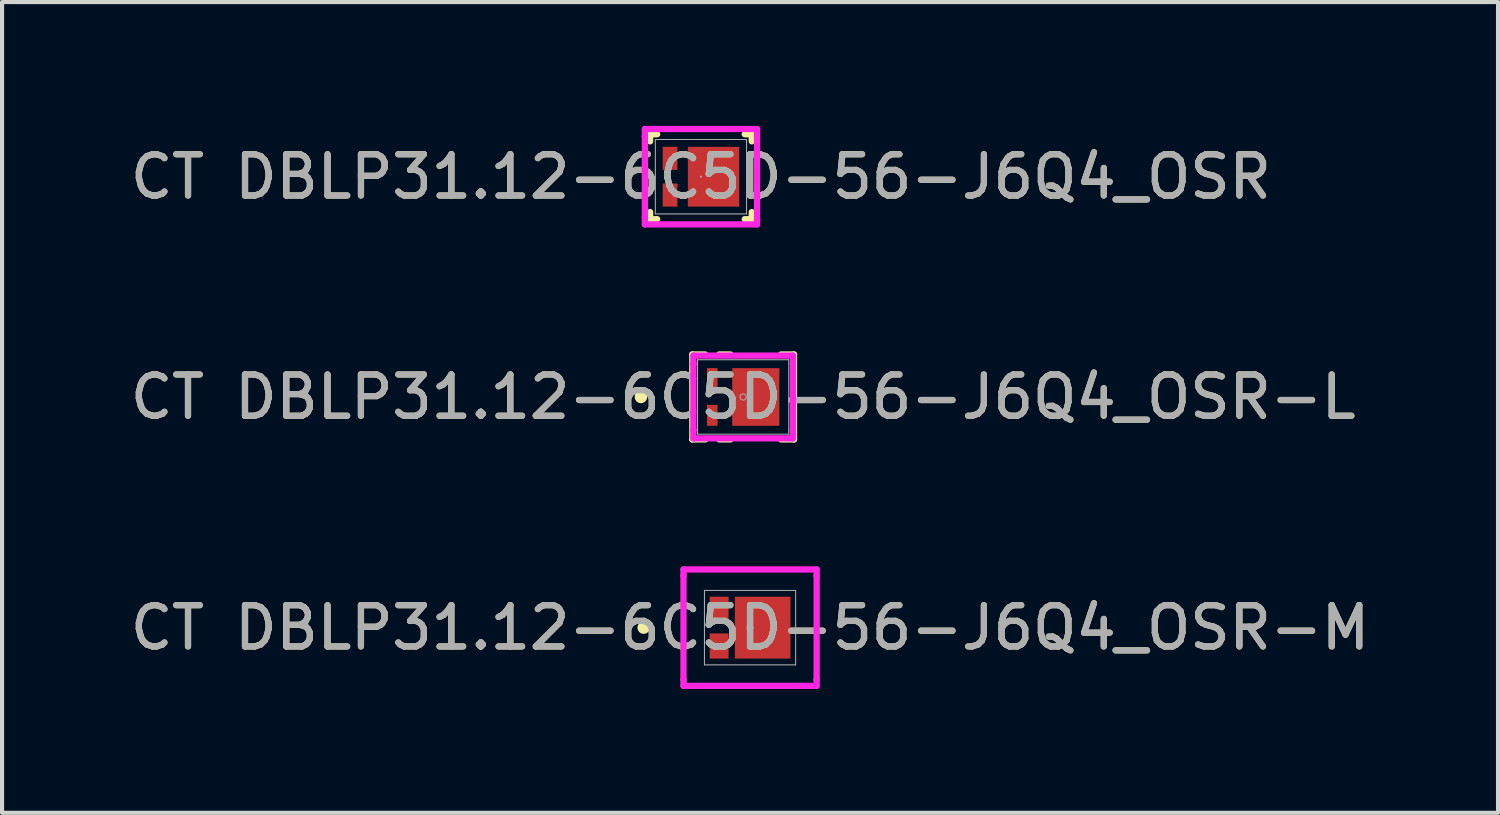
<source format=kicad_pcb>
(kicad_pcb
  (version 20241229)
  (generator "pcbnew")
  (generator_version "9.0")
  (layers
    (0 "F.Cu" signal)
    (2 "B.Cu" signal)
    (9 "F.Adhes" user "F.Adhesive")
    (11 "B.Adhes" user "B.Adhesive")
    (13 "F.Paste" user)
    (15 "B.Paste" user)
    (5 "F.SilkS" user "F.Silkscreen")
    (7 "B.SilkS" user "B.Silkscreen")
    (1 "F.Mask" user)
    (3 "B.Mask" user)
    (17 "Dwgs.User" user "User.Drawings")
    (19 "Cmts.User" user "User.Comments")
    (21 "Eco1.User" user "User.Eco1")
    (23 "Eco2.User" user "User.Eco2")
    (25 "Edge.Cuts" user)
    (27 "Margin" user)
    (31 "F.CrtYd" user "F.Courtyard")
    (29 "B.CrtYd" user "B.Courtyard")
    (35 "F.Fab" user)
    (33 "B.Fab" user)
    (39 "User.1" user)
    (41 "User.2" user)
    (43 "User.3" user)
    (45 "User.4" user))
  (footprint "CT DBLP31.12-6C5D-56-J6Q4_OSR-M"
    (layer "F.Cu")
    (at 15.125 12.159)
    (property "Reference" "CT DBLP31.12-6C5D-56-J6Q4_OSR-M" (at 0 0 0) (unlocked yes) (layer "F.SilkS") (effects (font (size 1 1) (thickness 0.15))))
    (attr smd)
    (fp_circle (center -2.578 0) (end -2.502 0) (stroke (width 0.152) (type solid)) (fill no) (layer "F.SilkS"))
    (fp_line (start -1.613 -1.41) (end 1.613 -1.41) (stroke (width 0.152) (type solid)) (layer "F.CrtYd"))
    (fp_line (start -1.613 -1.257) (end -1.613 -1.41) (stroke (width 0.152) (type solid)) (layer "F.CrtYd"))
    (fp_line (start -1.613 -1.257) (end -1.613 -1.257) (stroke (width 0.152) (type solid)) (layer "F.CrtYd"))
    (fp_line (start -1.613 1.257) (end -1.613 -1.257) (stroke (width 0.152) (type solid)) (layer "F.CrtYd"))
    (fp_line (start -1.613 1.257) (end -1.613 1.257) (stroke (width 0.152) (type solid)) (layer "F.CrtYd"))
    (fp_line (start -1.613 1.41) (end -1.613 1.257) (stroke (width 0.152) (type solid)) (layer "F.CrtYd"))
    (fp_line (start 1.613 -1.41) (end 1.613 -1.257) (stroke (width 0.152) (type solid)) (layer "F.CrtYd"))
    (fp_line (start 1.613 -1.257) (end 1.613 -1.257) (stroke (width 0.152) (type solid)) (layer "F.CrtYd"))
    (fp_line (start 1.613 -1.257) (end 1.613 1.257) (stroke (width 0.152) (type solid)) (layer "F.CrtYd"))
    (fp_line (start 1.613 1.257) (end 1.613 1.257) (stroke (width 0.152) (type solid)) (layer "F.CrtYd"))
    (fp_line (start 1.613 1.257) (end 1.613 1.41) (stroke (width 0.152) (type solid)) (layer "F.CrtYd"))
    (fp_line (start 1.613 1.41) (end -1.613 1.41) (stroke (width 0.152) (type solid)) (layer "F.CrtYd"))
    (fp_line (start -1.105 -0.902) (end -1.105 0.902) (stroke (width 0.025) (type solid)) (layer "F.Fab"))
    (fp_line (start -1.105 0.902) (end 1.105 0.902) (stroke (width 0.025) (type solid)) (layer "F.Fab"))
    (fp_line (start 1.105 -0.902) (end -1.105 -0.902) (stroke (width 0.025) (type solid)) (layer "F.Fab"))
    (fp_line (start 1.105 0.902) (end 1.105 -0.902) (stroke (width 0.025) (type solid)) (layer "F.Fab"))
    (fp_circle (center 0 0) (end 0.076 0) (stroke (width 0.025) (type solid)) (fill no) (layer "F.Fab"))
    (fp_text user "${REFERENCE}" (at 0 0 0) (unlocked yes) (layer "F.Fab") (effects (font (size 1 1) (thickness 0.15))))
    (pad "1" smd rect (at -0.749 -0.445) (size 0.457 0.61) (layers "F.Cu" "F.Mask" "F.Paste"))
    (pad "2" smd rect (at -0.749 0.445) (size 0.457 0.61) (layers "F.Cu" "F.Mask" "F.Paste"))
    (pad "3" smd rect (at 0.305 0) (size 1.346 1.499) (layers "F.Cu" "F.Mask" "F.Paste")))
  (footprint "CT DBLP31.12-6C5D-56-J6Q4_OSR-L"
    (layer "F.Cu")
    (at 14.958 6.569)
    (property "Reference" "CT DBLP31.12-6C5D-56-J6Q4_OSR-L" (at 0 0 0) (unlocked yes) (layer "F.SilkS") (effects (font (size 1 1) (thickness 0.15))))
    (attr smd)
    (fp_line (start -1.232 -1.029) (end -1.232 1.029) (stroke (width 0.152) (type solid)) (layer "F.SilkS"))
    (fp_line (start -1.232 1.029) (end -0.917 1.029) (stroke (width 0.152) (type solid)) (layer "F.SilkS"))
    (fp_line (start -0.917 -1.029) (end -1.232 -1.029) (stroke (width 0.152) (type solid)) (layer "F.SilkS"))
    (fp_line (start -0.581 1.029) (end -0.308 1.029) (stroke (width 0.152) (type solid)) (layer "F.SilkS"))
    (fp_line (start -0.308 -1.029) (end -0.581 -1.029) (stroke (width 0.152) (type solid)) (layer "F.SilkS"))
    (fp_line (start 0.917 1.029) (end 1.232 1.029) (stroke (width 0.152) (type solid)) (layer "F.SilkS"))
    (fp_line (start 1.232 -1.029) (end 0.917 -1.029) (stroke (width 0.152) (type solid)) (layer "F.SilkS"))
    (fp_line (start 1.232 1.029) (end 1.232 -1.029) (stroke (width 0.152) (type solid)) (layer "F.SilkS"))
    (fp_circle (center -2.477 0) (end -2.4 0) (stroke (width 0.152) (type solid)) (fill no) (layer "F.SilkS"))
    (fp_line (start -1.206 -1.003) (end 1.206 -1.003) (stroke (width 0.152) (type solid)) (layer "F.CrtYd"))
    (fp_line (start -1.206 -0.8) (end -1.206 -1.003) (stroke (width 0.152) (type solid)) (layer "F.CrtYd"))
    (fp_line (start -1.206 -0.8) (end -1.206 -0.8) (stroke (width 0.152) (type solid)) (layer "F.CrtYd"))
    (fp_line (start -1.206 0.8) (end -1.206 -0.8) (stroke (width 0.152) (type solid)) (layer "F.CrtYd"))
    (fp_line (start -1.206 0.8) (end -1.206 0.8) (stroke (width 0.152) (type solid)) (layer "F.CrtYd"))
    (fp_line (start -1.206 1.003) (end -1.206 0.8) (stroke (width 0.152) (type solid)) (layer "F.CrtYd"))
    (fp_line (start 1.206 -1.003) (end 1.206 -0.8) (stroke (width 0.152) (type solid)) (layer "F.CrtYd"))
    (fp_line (start 1.206 -0.8) (end 1.206 -0.8) (stroke (width 0.152) (type solid)) (layer "F.CrtYd"))
    (fp_line (start 1.206 -0.8) (end 1.206 0.8) (stroke (width 0.152) (type solid)) (layer "F.CrtYd"))
    (fp_line (start 1.206 0.8) (end 1.206 0.8) (stroke (width 0.152) (type solid)) (layer "F.CrtYd"))
    (fp_line (start 1.206 0.8) (end 1.206 1.003) (stroke (width 0.152) (type solid)) (layer "F.CrtYd"))
    (fp_line (start 1.206 1.003) (end -1.206 1.003) (stroke (width 0.152) (type solid)) (layer "F.CrtYd"))
    (fp_line (start -1.105 -0.902) (end -1.105 0.902) (stroke (width 0.025) (type solid)) (layer "F.Fab"))
    (fp_line (start -1.105 0.902) (end 1.105 0.902) (stroke (width 0.025) (type solid)) (layer "F.Fab"))
    (fp_line (start 1.105 -0.902) (end -1.105 -0.902) (stroke (width 0.025) (type solid)) (layer "F.Fab"))
    (fp_line (start 1.105 0.902) (end 1.105 -0.902) (stroke (width 0.025) (type solid)) (layer "F.Fab"))
    (fp_circle (center 0 0) (end 0.076 0) (stroke (width 0.025) (type solid)) (fill no) (layer "F.Fab"))
    (fp_text user "${REFERENCE}" (at 0 0 0) (unlocked yes) (layer "F.Fab") (effects (font (size 1 1) (thickness 0.15))))
    (pad "1" smd rect (at -0.749 -0.445) (size 0.254 0.508) (layers "F.Cu" "F.Mask" "F.Paste"))
    (pad "2" smd rect (at -0.749 0.445) (size 0.254 0.508) (layers "F.Cu" "F.Mask" "F.Paste"))
    (pad "3" smd rect (at 0.305 0) (size 1.143 1.397) (layers "F.Cu" "F.Mask" "F.Paste")))
  (footprint "CT DBLP31.12-6C5D-56-J6Q4_OSR"
    (layer "F.Cu")
    (at 13.935 1.232)
    (property "Reference" "CT DBLP31.12-6C5D-56-J6Q4_OSR" (at 0 0 0) (unlocked yes) (layer "F.SilkS") (effects (font (size 1 1) (thickness 0.15))))
    (attr smd)
    (fp_line (start -1.232 -1.029) (end -1.232 -0.857) (stroke (width 0.152) (type solid)) (layer "F.SilkS"))
    (fp_line (start -1.232 0.857) (end -1.232 1.029) (stroke (width 0.152) (type solid)) (layer "F.SilkS"))
    (fp_line (start -1.232 1.029) (end -1.061 1.029) (stroke (width 0.152) (type solid)) (layer "F.SilkS"))
    (fp_line (start -1.061 -1.029) (end -1.232 -1.029) (stroke (width 0.152) (type solid)) (layer "F.SilkS"))
    (fp_line (start 1.061 1.029) (end 1.232 1.029) (stroke (width 0.152) (type solid)) (layer "F.SilkS"))
    (fp_line (start 1.232 -1.029) (end 1.061 -1.029) (stroke (width 0.152) (type solid)) (layer "F.SilkS"))
    (fp_line (start 1.232 -0.857) (end 1.232 -1.029) (stroke (width 0.152) (type solid)) (layer "F.SilkS"))
    (fp_line (start 1.232 1.029) (end 1.232 0.857) (stroke (width 0.152) (type solid)) (layer "F.SilkS"))
    (fp_line (start -1.359 -1.156) (end 1.359 -1.156) (stroke (width 0.152) (type solid)) (layer "F.CrtYd"))
    (fp_line (start -1.359 -0.978) (end -1.359 -1.156) (stroke (width 0.152) (type solid)) (layer "F.CrtYd"))
    (fp_line (start -1.359 -0.978) (end -1.359 -0.978) (stroke (width 0.152) (type solid)) (layer "F.CrtYd"))
    (fp_line (start -1.359 0.978) (end -1.359 -0.978) (stroke (width 0.152) (type solid)) (layer "F.CrtYd"))
    (fp_line (start -1.359 0.978) (end -1.359 0.978) (stroke (width 0.152) (type solid)) (layer "F.CrtYd"))
    (fp_line (start -1.359 1.156) (end -1.359 0.978) (stroke (width 0.152) (type solid)) (layer "F.CrtYd"))
    (fp_line (start 1.359 -1.156) (end 1.359 -0.978) (stroke (width 0.152) (type solid)) (layer "F.CrtYd"))
    (fp_line (start 1.359 -0.978) (end 1.359 -0.978) (stroke (width 0.152) (type solid)) (layer "F.CrtYd"))
    (fp_line (start 1.359 -0.978) (end 1.359 0.978) (stroke (width 0.152) (type solid)) (layer "F.CrtYd"))
    (fp_line (start 1.359 0.978) (end 1.359 0.978) (stroke (width 0.152) (type solid)) (layer "F.CrtYd"))
    (fp_line (start 1.359 0.978) (end 1.359 1.156) (stroke (width 0.152) (type solid)) (layer "F.CrtYd"))
    (fp_line (start 1.359 1.156) (end -1.359 1.156) (stroke (width 0.152) (type solid)) (layer "F.CrtYd"))
    (fp_line (start -1.105 -0.902) (end -1.105 0.902) (stroke (width 0.025) (type solid)) (layer "F.Fab"))
    (fp_line (start -1.105 0.902) (end 1.105 0.902) (stroke (width 0.025) (type solid)) (layer "F.Fab"))
    (fp_line (start 1.105 -0.902) (end -1.105 -0.902) (stroke (width 0.025) (type solid)) (layer "F.Fab"))
    (fp_line (start 1.105 0.902) (end 1.105 -0.902) (stroke (width 0.025) (type solid)) (layer "F.Fab"))
    (fp_circle (center 0 0) (end 0 0) (stroke (width 0.025) (type solid)) (fill no) (layer "F.Fab"))
    (fp_text user "${REFERENCE}" (at 0 0 0) (unlocked yes) (layer "F.Fab") (effects (font (size 1 1) (thickness 0.15))))
    (pad "1" smd rect (at -0.749 -0.445) (size 0.356 0.559) (layers "F.Cu" "F.Mask" "F.Paste"))
    (pad "2" smd rect (at -0.749 0.445) (size 0.356 0.559) (layers "F.Cu" "F.Mask" "F.Paste"))
    (pad "3" smd rect (at 0.305 0) (size 1.245 1.448) (layers "F.Cu" "F.Mask" "F.Paste")))
  (gr_rect
    (start -3 -3)
    (end 33.25 16.645)
    (stroke (width 0.1) (type default))
    (fill no)
    (layer "Edge.Cuts")))
</source>
